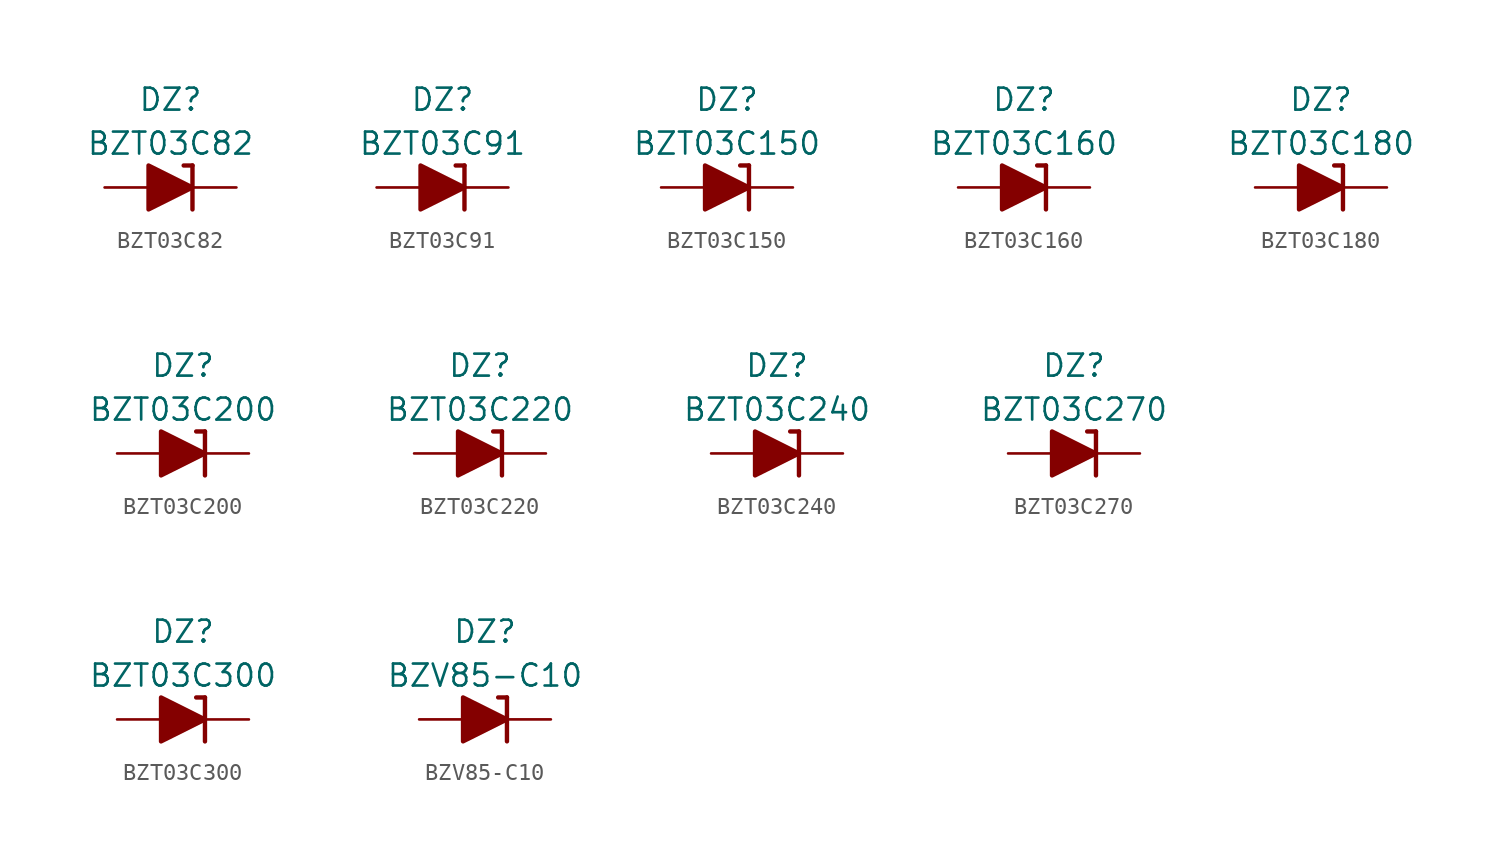
<source format=kicad_sym>
(kicad_symbol_lib
  (version 20201005)
  (generator kicad_symbol_editor)
  (symbol "Diode_Zener_AKL:BZT03C82"
    (pin_numbers hide)
    (pin_names
      (offset 1.016) hide)
    (property "Reference" "DZ"
      (at 0 5.08 0)
      (effects (font (size 1.27 1.27))))
    (property "Value" "BZT03C82"
      (at 0 2.54 0)
      (effects (font (size 1.27 1.27))))
    (symbol "BZT03C82_0_1"
      (polyline (pts (xy -1.27 0) (xy 1.27 0)) (stroke (width 0)) (fill (type none)))
      (polyline (pts (xy 1.27 1.27) (xy 0.762 1.27)) (stroke (width 0.254)) (fill (type none)))
      (polyline (pts (xy 1.27 1.27) (xy 1.27 -1.27)) (stroke (width 0.254)) (fill (type none)))
      (polyline (pts (xy -1.27 -1.27) (xy -1.27 1.27) (xy 1.27 0) (xy -1.27 -1.27)) (stroke (width 0.254)) (fill (type outline))))
    (symbol "BZT03C82_1_1"
      (pin passive line (at 3.81 0 180) (length 2.54) (name "K" (effects (font (size 1.27 1.27)))) (number "1" (effects (font (size 1.27 1.27)))))
      (pin passive line (at -3.81 0 0) (length 2.54) (name "A" (effects (font (size 1.27 1.27)))) (number "2" (effects (font (size 1.27 1.27)))))))
  (symbol "Diode_Zener_AKL:BZT03C91"
    (pin_numbers hide)
    (pin_names
      (offset 1.016) hide)
    (property "Reference" "DZ"
      (at 0 5.08 0)
      (effects (font (size 1.27 1.27))))
    (property "Value" "BZT03C91"
      (at 0 2.54 0)
      (effects (font (size 1.27 1.27))))
    (symbol "BZT03C91_0_1"
      (polyline (pts (xy -1.27 0) (xy 1.27 0)) (stroke (width 0)) (fill (type none)))
      (polyline (pts (xy 1.27 1.27) (xy 0.762 1.27)) (stroke (width 0.254)) (fill (type none)))
      (polyline (pts (xy 1.27 1.27) (xy 1.27 -1.27)) (stroke (width 0.254)) (fill (type none)))
      (polyline (pts (xy -1.27 -1.27) (xy -1.27 1.27) (xy 1.27 0) (xy -1.27 -1.27)) (stroke (width 0.254)) (fill (type outline))))
    (symbol "BZT03C91_1_1"
      (pin passive line (at 3.81 0 180) (length 2.54) (name "K" (effects (font (size 1.27 1.27)))) (number "1" (effects (font (size 1.27 1.27)))))
      (pin passive line (at -3.81 0 0) (length 2.54) (name "A" (effects (font (size 1.27 1.27)))) (number "2" (effects (font (size 1.27 1.27)))))))
  (symbol "Diode_Zener_AKL:BZT03C150"
    (pin_numbers hide)
    (pin_names
      (offset 1.016) hide)
    (property "Reference" "DZ"
      (at 0 5.08 0)
      (effects (font (size 1.27 1.27))))
    (property "Value" "BZT03C150"
      (at 0 2.54 0)
      (effects (font (size 1.27 1.27))))
    (symbol "BZT03C150_0_1"
      (polyline (pts (xy -1.27 0) (xy 1.27 0)) (stroke (width 0)) (fill (type none)))
      (polyline (pts (xy 1.27 1.27) (xy 0.762 1.27)) (stroke (width 0.254)) (fill (type none)))
      (polyline (pts (xy 1.27 1.27) (xy 1.27 -1.27)) (stroke (width 0.254)) (fill (type none)))
      (polyline (pts (xy -1.27 -1.27) (xy -1.27 1.27) (xy 1.27 0) (xy -1.27 -1.27)) (stroke (width 0.254)) (fill (type outline))))
    (symbol "BZT03C150_1_1"
      (pin passive line (at 3.81 0 180) (length 2.54) (name "K" (effects (font (size 1.27 1.27)))) (number "1" (effects (font (size 1.27 1.27)))))
      (pin passive line (at -3.81 0 0) (length 2.54) (name "A" (effects (font (size 1.27 1.27)))) (number "2" (effects (font (size 1.27 1.27)))))))
  (symbol "Diode_Zener_AKL:BZT03C160"
    (pin_numbers hide)
    (pin_names
      (offset 1.016) hide)
    (property "Reference" "DZ"
      (at 0 5.08 0)
      (effects (font (size 1.27 1.27))))
    (property "Value" "BZT03C160"
      (at 0 2.54 0)
      (effects (font (size 1.27 1.27))))
    (symbol "BZT03C160_0_1"
      (polyline (pts (xy -1.27 0) (xy 1.27 0)) (stroke (width 0)) (fill (type none)))
      (polyline (pts (xy 1.27 1.27) (xy 0.762 1.27)) (stroke (width 0.254)) (fill (type none)))
      (polyline (pts (xy 1.27 1.27) (xy 1.27 -1.27)) (stroke (width 0.254)) (fill (type none)))
      (polyline (pts (xy -1.27 -1.27) (xy -1.27 1.27) (xy 1.27 0) (xy -1.27 -1.27)) (stroke (width 0.254)) (fill (type outline))))
    (symbol "BZT03C160_1_1"
      (pin passive line (at 3.81 0 180) (length 2.54) (name "K" (effects (font (size 1.27 1.27)))) (number "1" (effects (font (size 1.27 1.27)))))
      (pin passive line (at -3.81 0 0) (length 2.54) (name "A" (effects (font (size 1.27 1.27)))) (number "2" (effects (font (size 1.27 1.27)))))))
  (symbol "Diode_Zener_AKL:BZT03C180"
    (pin_numbers hide)
    (pin_names
      (offset 1.016) hide)
    (property "Reference" "DZ"
      (at 0 5.08 0)
      (effects (font (size 1.27 1.27))))
    (property "Value" "BZT03C180"
      (at 0 2.54 0)
      (effects (font (size 1.27 1.27))))
    (symbol "BZT03C180_0_1"
      (polyline (pts (xy -1.27 0) (xy 1.27 0)) (stroke (width 0)) (fill (type none)))
      (polyline (pts (xy 1.27 1.27) (xy 0.762 1.27)) (stroke (width 0.254)) (fill (type none)))
      (polyline (pts (xy 1.27 1.27) (xy 1.27 -1.27)) (stroke (width 0.254)) (fill (type none)))
      (polyline (pts (xy -1.27 -1.27) (xy -1.27 1.27) (xy 1.27 0) (xy -1.27 -1.27)) (stroke (width 0.254)) (fill (type outline))))
    (symbol "BZT03C180_1_1"
      (pin passive line (at 3.81 0 180) (length 2.54) (name "K" (effects (font (size 1.27 1.27)))) (number "1" (effects (font (size 1.27 1.27)))))
      (pin passive line (at -3.81 0 0) (length 2.54) (name "A" (effects (font (size 1.27 1.27)))) (number "2" (effects (font (size 1.27 1.27)))))))
  (symbol "Diode_Zener_AKL:BZT03C200"
    (pin_numbers hide)
    (pin_names
      (offset 1.016) hide)
    (property "Reference" "DZ"
      (at 0 5.08 0)
      (effects (font (size 1.27 1.27))))
    (property "Value" "BZT03C200"
      (at 0 2.54 0)
      (effects (font (size 1.27 1.27))))
    (symbol "BZT03C200_0_1"
      (polyline (pts (xy -1.27 0) (xy 1.27 0)) (stroke (width 0)) (fill (type none)))
      (polyline (pts (xy 1.27 1.27) (xy 0.762 1.27)) (stroke (width 0.254)) (fill (type none)))
      (polyline (pts (xy 1.27 1.27) (xy 1.27 -1.27)) (stroke (width 0.254)) (fill (type none)))
      (polyline (pts (xy -1.27 -1.27) (xy -1.27 1.27) (xy 1.27 0) (xy -1.27 -1.27)) (stroke (width 0.254)) (fill (type outline))))
    (symbol "BZT03C200_1_1"
      (pin passive line (at 3.81 0 180) (length 2.54) (name "K" (effects (font (size 1.27 1.27)))) (number "1" (effects (font (size 1.27 1.27)))))
      (pin passive line (at -3.81 0 0) (length 2.54) (name "A" (effects (font (size 1.27 1.27)))) (number "2" (effects (font (size 1.27 1.27)))))))
  (symbol "Diode_Zener_AKL:BZT03C220"
    (pin_numbers hide)
    (pin_names
      (offset 1.016) hide)
    (property "Reference" "DZ"
      (at 0 5.08 0)
      (effects (font (size 1.27 1.27))))
    (property "Value" "BZT03C220"
      (at 0 2.54 0)
      (effects (font (size 1.27 1.27))))
    (symbol "BZT03C220_0_1"
      (polyline (pts (xy -1.27 0) (xy 1.27 0)) (stroke (width 0)) (fill (type none)))
      (polyline (pts (xy 1.27 1.27) (xy 0.762 1.27)) (stroke (width 0.254)) (fill (type none)))
      (polyline (pts (xy 1.27 1.27) (xy 1.27 -1.27)) (stroke (width 0.254)) (fill (type none)))
      (polyline (pts (xy -1.27 -1.27) (xy -1.27 1.27) (xy 1.27 0) (xy -1.27 -1.27)) (stroke (width 0.254)) (fill (type outline))))
    (symbol "BZT03C220_1_1"
      (pin passive line (at 3.81 0 180) (length 2.54) (name "K" (effects (font (size 1.27 1.27)))) (number "1" (effects (font (size 1.27 1.27)))))
      (pin passive line (at -3.81 0 0) (length 2.54) (name "A" (effects (font (size 1.27 1.27)))) (number "2" (effects (font (size 1.27 1.27)))))))
  (symbol "Diode_Zener_AKL:BZT03C240"
    (pin_numbers hide)
    (pin_names
      (offset 1.016) hide)
    (property "Reference" "DZ"
      (at 0 5.08 0)
      (effects (font (size 1.27 1.27))))
    (property "Value" "BZT03C240"
      (at 0 2.54 0)
      (effects (font (size 1.27 1.27))))
    (symbol "BZT03C240_0_1"
      (polyline (pts (xy -1.27 0) (xy 1.27 0)) (stroke (width 0)) (fill (type none)))
      (polyline (pts (xy 1.27 1.27) (xy 0.762 1.27)) (stroke (width 0.254)) (fill (type none)))
      (polyline (pts (xy 1.27 1.27) (xy 1.27 -1.27)) (stroke (width 0.254)) (fill (type none)))
      (polyline (pts (xy -1.27 -1.27) (xy -1.27 1.27) (xy 1.27 0) (xy -1.27 -1.27)) (stroke (width 0.254)) (fill (type outline))))
    (symbol "BZT03C240_1_1"
      (pin passive line (at 3.81 0 180) (length 2.54) (name "K" (effects (font (size 1.27 1.27)))) (number "1" (effects (font (size 1.27 1.27)))))
      (pin passive line (at -3.81 0 0) (length 2.54) (name "A" (effects (font (size 1.27 1.27)))) (number "2" (effects (font (size 1.27 1.27)))))))
  (symbol "Diode_Zener_AKL:BZT03C270"
    (pin_numbers hide)
    (pin_names
      (offset 1.016) hide)
    (property "Reference" "DZ"
      (at 0 5.08 0)
      (effects (font (size 1.27 1.27))))
    (property "Value" "BZT03C270"
      (at 0 2.54 0)
      (effects (font (size 1.27 1.27))))
    (symbol "BZT03C270_0_1"
      (polyline (pts (xy -1.27 0) (xy 1.27 0)) (stroke (width 0)) (fill (type none)))
      (polyline (pts (xy 1.27 1.27) (xy 0.762 1.27)) (stroke (width 0.254)) (fill (type none)))
      (polyline (pts (xy 1.27 1.27) (xy 1.27 -1.27)) (stroke (width 0.254)) (fill (type none)))
      (polyline (pts (xy -1.27 -1.27) (xy -1.27 1.27) (xy 1.27 0) (xy -1.27 -1.27)) (stroke (width 0.254)) (fill (type outline))))
    (symbol "BZT03C270_1_1"
      (pin passive line (at 3.81 0 180) (length 2.54) (name "K" (effects (font (size 1.27 1.27)))) (number "1" (effects (font (size 1.27 1.27)))))
      (pin passive line (at -3.81 0 0) (length 2.54) (name "A" (effects (font (size 1.27 1.27)))) (number "2" (effects (font (size 1.27 1.27)))))))
  (symbol "Diode_Zener_AKL:BZT03C300"
    (pin_numbers hide)
    (pin_names
      (offset 1.016) hide)
    (property "Reference" "DZ"
      (at 0 5.08 0)
      (effects (font (size 1.27 1.27))))
    (property "Value" "BZT03C300"
      (at 0 2.54 0)
      (effects (font (size 1.27 1.27))))
    (symbol "BZT03C300_0_1"
      (polyline (pts (xy -1.27 0) (xy 1.27 0)) (stroke (width 0)) (fill (type none)))
      (polyline (pts (xy 1.27 1.27) (xy 0.762 1.27)) (stroke (width 0.254)) (fill (type none)))
      (polyline (pts (xy 1.27 1.27) (xy 1.27 -1.27)) (stroke (width 0.254)) (fill (type none)))
      (polyline (pts (xy -1.27 -1.27) (xy -1.27 1.27) (xy 1.27 0) (xy -1.27 -1.27)) (stroke (width 0.254)) (fill (type outline))))
    (symbol "BZT03C300_1_1"
      (pin passive line (at 3.81 0 180) (length 2.54) (name "K" (effects (font (size 1.27 1.27)))) (number "1" (effects (font (size 1.27 1.27)))))
      (pin passive line (at -3.81 0 0) (length 2.54) (name "A" (effects (font (size 1.27 1.27)))) (number "2" (effects (font (size 1.27 1.27)))))))
  (symbol "Diode_Zener_AKL:BZV85-C10"
    (pin_numbers hide)
    (pin_names
      (offset 1.016) hide)
    (property "Reference" "DZ"
      (at 0 5.08 0)
      (effects (font (size 1.27 1.27))))
    (property "Value" "BZV85-C10"
      (at 0 2.54 0)
      (effects (font (size 1.27 1.27))))
    (symbol "BZV85-C10_0_1"
      (polyline (pts (xy -1.27 0) (xy 1.27 0)) (stroke (width 0)) (fill (type none)))
      (polyline (pts (xy 1.27 1.27) (xy 0.762 1.27)) (stroke (width 0.254)) (fill (type none)))
      (polyline (pts (xy 1.27 1.27) (xy 1.27 -1.27)) (stroke (width 0.254)) (fill (type none)))
      (polyline (pts (xy -1.27 -1.27) (xy -1.27 1.27) (xy 1.27 0) (xy -1.27 -1.27)) (stroke (width 0.254)) (fill (type outline))))
    (symbol "BZV85-C10_1_1"
      (pin passive line (at 3.81 0 180) (length 2.54) (name "K" (effects (font (size 1.27 1.27)))) (number "1" (effects (font (size 1.27 1.27)))))
      (pin passive line (at -3.81 0 0) (length 2.54) (name "A" (effects (font (size 1.27 1.27)))) (number "2" (effects (font (size 1.27 1.27))))))))
</source>
